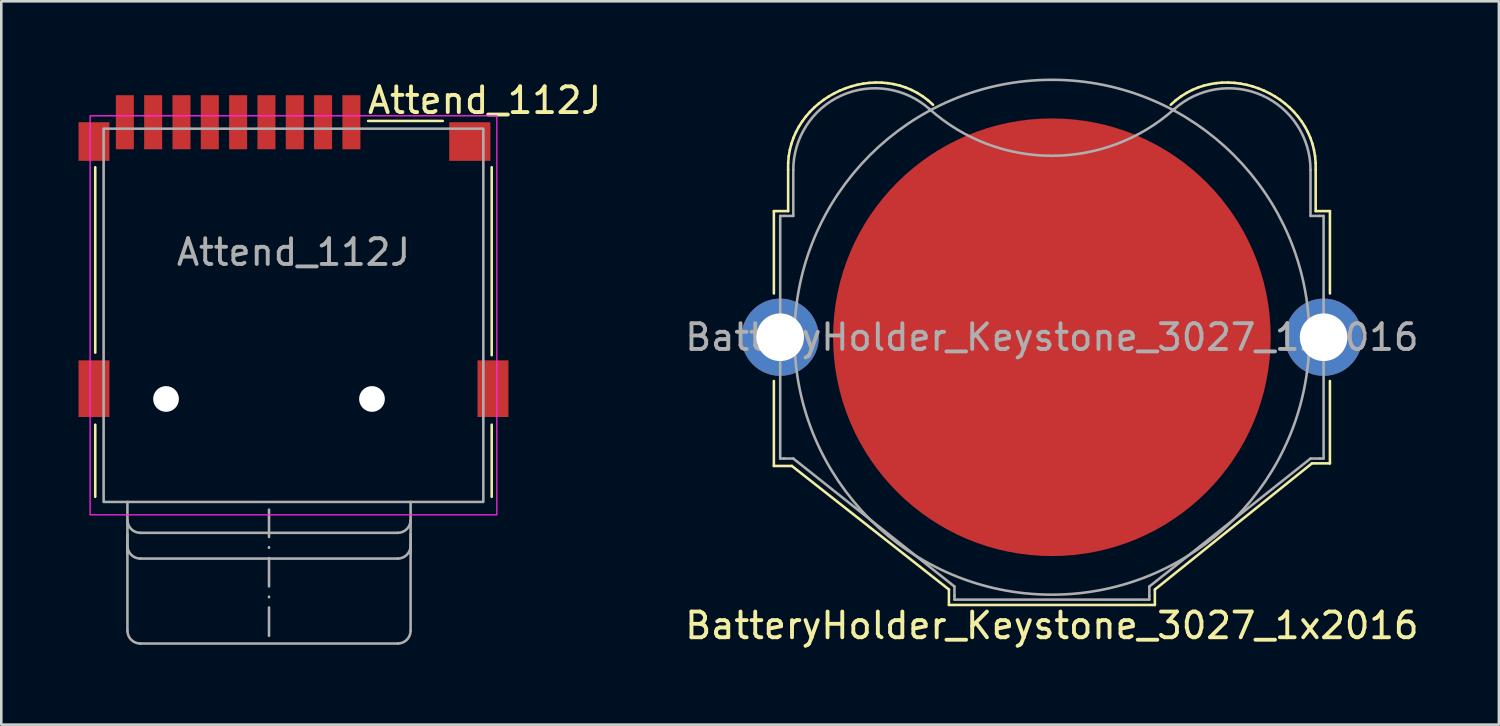
<source format=kicad_pcb>
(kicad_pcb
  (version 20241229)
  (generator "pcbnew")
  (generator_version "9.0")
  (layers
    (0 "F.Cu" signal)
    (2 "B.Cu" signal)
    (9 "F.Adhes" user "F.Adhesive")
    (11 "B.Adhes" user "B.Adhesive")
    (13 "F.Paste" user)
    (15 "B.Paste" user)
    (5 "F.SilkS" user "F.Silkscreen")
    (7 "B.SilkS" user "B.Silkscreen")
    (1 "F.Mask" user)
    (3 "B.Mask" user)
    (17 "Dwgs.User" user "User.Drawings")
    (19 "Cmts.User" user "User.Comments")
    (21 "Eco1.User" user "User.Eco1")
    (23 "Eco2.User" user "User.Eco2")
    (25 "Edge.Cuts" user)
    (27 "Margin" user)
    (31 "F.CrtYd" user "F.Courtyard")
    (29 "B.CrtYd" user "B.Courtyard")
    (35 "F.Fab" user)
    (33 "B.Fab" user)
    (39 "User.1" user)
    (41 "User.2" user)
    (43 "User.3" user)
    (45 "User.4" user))
  (footprint "Attend_112J"
    (layer "F.Cu")
    (at 8.35 6.748)
    (property "Reference" "Attend_112J" (at 2.8 -5.9 0) (unlocked yes) (layer "F.SilkS") (effects (font (size 1 1) (thickness 0.15)) (justify left)))
    (attr smd)
    (fp_line (start -7.7 3.9) (end -7.7 -3.3) (stroke (width 0.1) (type default)) (layer "F.SilkS"))
    (fp_line (start -7.7 6.7) (end -7.7 9.5) (stroke (width 0.1) (type default)) (layer "F.SilkS"))
    (fp_line (start 2.9 -5.1) (end 5.8 -5.1) (stroke (width 0.1) (type default)) (layer "F.SilkS"))
    (fp_line (start 7.7 4) (end 7.7 -3.3) (stroke (width 0.1) (type default)) (layer "F.SilkS"))
    (fp_line (start 7.7 6.7) (end 7.7 9.5) (stroke (width 0.1) (type default)) (layer "F.SilkS"))
    (fp_rect (start -7.9 -5.3) (end 7.9 10.2) (stroke (width 0.05) (type default)) (fill no) (layer "F.CrtYd"))
    (fp_line (start -6.45 9.7) (end -6.45 11.7) (stroke (width 0.1) (type solid)) (layer "F.Fab"))
    (fp_line (start -6.45 10.95) (end -6.45 14.7) (stroke (width 0.1) (type solid)) (layer "F.Fab"))
    (fp_line (start -5.95 11.9) (end 4.05 11.9) (stroke (width 0.1) (type solid)) (layer "F.Fab"))
    (fp_line (start -5.95 15.2) (end 4.05 15.2) (stroke (width 0.1) (type solid)) (layer "F.Fab"))
    (fp_line (start -5.95 10.9) (end 4.05 10.9) (stroke (width 0.1) (type solid)) (layer "F.Fab"))
    (fp_line (start -0.95 14.9) (end -0.95 10) (stroke (width 0.1) (type dash_dot)) (layer "F.Fab"))
    (fp_line (start 4.55 11.7) (end 4.55 9.7) (stroke (width 0.1) (type solid)) (layer "F.Fab"))
    (fp_line (start 4.55 14.7) (end 4.55 10.95) (stroke (width 0.1) (type solid)) (layer "F.Fab"))
    (fp_rect (start -7.375 -4.8) (end 7.375 9.7) (stroke (width 0.1) (type default)) (fill no) (layer "F.Fab"))
    (fp_arc (start -5.95 11.9) (mid -6.303553 11.753553) (end -6.45 11.4) (stroke (width 0.1) (type solid)) (layer "F.Fab"))
    (fp_arc (start -5.95 15.2) (mid -6.303553 15.053553) (end -6.45 14.7) (stroke (width 0.1) (type solid)) (layer "F.Fab"))
    (fp_arc (start -5.949999 10.899999) (mid -6.303552 10.753552) (end -6.449999 10.399999) (stroke (width 0.1) (type solid)) (layer "F.Fab"))
    (fp_arc (start 4.55 11.4) (mid 4.403553 11.753553) (end 4.05 11.9) (stroke (width 0.1) (type solid)) (layer "F.Fab"))
    (fp_arc (start 4.55 14.7) (mid 4.403555 15.053556) (end 4.05 15.2) (stroke (width 0.1) (type solid)) (layer "F.Fab"))
    (fp_arc (start 4.550001 10.399999) (mid 4.403554 10.753552) (end 4.050001 10.899999) (stroke (width 0.1) (type solid)) (layer "F.Fab"))
    (fp_text user "${REFERENCE}" (at 0 0 0) (unlocked yes) (layer "F.Fab") (effects (font (size 1 1) (thickness 0.15))))
    (pad "" np_thru_hole circle (at -4.95 5.7) (size 1 1) (drill 1) (layers "*.Cu" "*.Mask"))
    (pad "" np_thru_hole circle (at 3.05 5.7) (size 1 1) (drill 1) (layers "*.Cu" "*.Mask"))
    (pad "1" smd rect (at 2.25 -5.05) (size 0.7 2.1) (layers "F.Cu" "F.Mask" "F.Paste"))
    (pad "2" smd rect (at 1.15 -5.05) (size 0.7 2.1) (layers "F.Cu" "F.Mask" "F.Paste"))
    (pad "3" smd rect (at 0.05 -5.05) (size 0.7 2.1) (layers "F.Cu" "F.Mask" "F.Paste"))
    (pad "4" smd rect (at -1.05 -5.05) (size 0.7 2.1) (layers "F.Cu" "F.Mask" "F.Paste"))
    (pad "5" smd rect (at -2.15 -5.05) (size 0.7 2.1) (layers "F.Cu" "F.Mask" "F.Paste"))
    (pad "6" smd rect (at -3.25 -5.05) (size 0.7 2.1) (layers "F.Cu" "F.Mask" "F.Paste"))
    (pad "7" smd rect (at -4.35 -5.05) (size 0.7 2.1) (layers "F.Cu" "F.Mask" "F.Paste"))
    (pad "8" smd rect (at -5.45 -5.05) (size 0.7 2.1) (layers "F.Cu" "F.Mask" "F.Paste"))
    (pad "9" smd rect (at -6.55 -5.05) (size 0.7 2.1) (layers "F.Cu" "F.Mask" "F.Paste"))
    (pad "10" smd rect (at -7.75 -4.3) (size 1.2 1.5) (layers "F.Cu" "F.Mask" "F.Paste"))
    (pad "10" smd rect (at -7.75 5.3) (size 1.2 2.2) (layers "F.Cu" "F.Mask" "F.Paste"))
    (pad "10" smd rect (at 6.85 -4.3) (size 1.6 1.5) (layers "F.Cu" "F.Mask" "F.Paste"))
    (pad "10" smd rect (at 7.75 5.3) (size 1.2 2.2) (layers "F.Cu" "F.Mask" "F.Paste"))
    (zone (net_name "") (layers "F.Cu" "B.Cu") (name "pins") (hatch edge 0.5) (connect_pads) (min_thickness 0.25) (filled_areas_thickness no) (keepout (tracks not_allowed) (vias not_allowed) (pads not_allowed) (copperpour not_allowed) (footprints not_allowed)) (placement (enabled no)) (fill) (polygon (pts (xy 2.4 5.948) (xy 2.4 7.948) (xy 11.4 7.948) (xy 11.4 5.948)))))
  (footprint "BatteryHolder_Keystone_3027_1x2016"
    (layer "F.Cu")
    (at 37.811 10.05)
    (property "Reference" "BatteryHolder_Keystone_3027_1x2016" (at 0 11.2 0) (unlocked yes) (layer "F.SilkS") (effects (font (size 1 1) (thickness 0.15))))
    (attr through_hole)
    (fp_line (start -10.8 -4.9) (end -10.8 -1.7) (stroke (width 0.1) (type default)) (layer "F.SilkS"))
    (fp_line (start -10.8 5) (end -10.8 1.7) (stroke (width 0.1) (type default)) (layer "F.SilkS"))
    (fp_line (start -10.246 -6.511) (end -10.246 -4.9) (stroke (width 0.1) (type default)) (layer "F.SilkS"))
    (fp_line (start -10.246 -4.9) (end -10.8 -4.9) (stroke (width 0.1) (type default)) (layer "F.SilkS"))
    (fp_line (start -10.245 -6.774) (end -10.246 -6.511) (stroke (width 0.1) (type solid)) (layer "F.SilkS"))
    (fp_line (start -10.223 -7.03) (end -10.245 -6.774) (stroke (width 0.1) (type solid)) (layer "F.SilkS"))
    (fp_line (start -10.18 -7.278) (end -10.223 -7.03) (stroke (width 0.1) (type solid)) (layer "F.SilkS"))
    (fp_line (start -10.118 -7.517) (end -10.18 -7.278) (stroke (width 0.1) (type solid)) (layer "F.SilkS"))
    (fp_line (start -10.1 5) (end -10.8 5) (stroke (width 0.1) (type default)) (layer "F.SilkS"))
    (fp_line (start -10.038 -7.748) (end -10.118 -7.517) (stroke (width 0.1) (type solid)) (layer "F.SilkS"))
    (fp_line (start -9.941 -7.97) (end -10.038 -7.748) (stroke (width 0.1) (type solid)) (layer "F.SilkS"))
    (fp_line (start -9.828 -8.181) (end -9.941 -7.97) (stroke (width 0.1) (type solid)) (layer "F.SilkS"))
    (fp_line (start -9.699 -8.383) (end -9.828 -8.181) (stroke (width 0.1) (type solid)) (layer "F.SilkS"))
    (fp_line (start -9.556 -8.574) (end -9.699 -8.383) (stroke (width 0.1) (type solid)) (layer "F.SilkS"))
    (fp_line (start -9.4 -8.754) (end -9.556 -8.574) (stroke (width 0.1) (type solid)) (layer "F.SilkS"))
    (fp_line (start -9.232 -8.923) (end -9.4 -8.754) (stroke (width 0.1) (type solid)) (layer "F.SilkS"))
    (fp_line (start -9.052 -9.08) (end -9.232 -8.923) (stroke (width 0.1) (type solid)) (layer "F.SilkS"))
    (fp_line (start -8.862 -9.224) (end -9.052 -9.08) (stroke (width 0.1) (type solid)) (layer "F.SilkS"))
    (fp_line (start -8.663 -9.356) (end -8.862 -9.224) (stroke (width 0.1) (type solid)) (layer "F.SilkS"))
    (fp_line (start -8.455 -9.474) (end -8.663 -9.356) (stroke (width 0.1) (type solid)) (layer "F.SilkS"))
    (fp_line (start -8.24 -9.579) (end -8.455 -9.474) (stroke (width 0.1) (type solid)) (layer "F.SilkS"))
    (fp_line (start -8.019 -9.669) (end -8.24 -9.579) (stroke (width 0.1) (type solid)) (layer "F.SilkS"))
    (fp_line (start -7.792 -9.745) (end -8.019 -9.669) (stroke (width 0.1) (type solid)) (layer "F.SilkS"))
    (fp_line (start -7.561 -9.806) (end -7.792 -9.745) (stroke (width 0.1) (type solid)) (layer "F.SilkS"))
    (fp_line (start -7.327 -9.852) (end -7.561 -9.806) (stroke (width 0.1) (type solid)) (layer "F.SilkS"))
    (fp_line (start -7.09 -9.881) (end -7.327 -9.852) (stroke (width 0.1) (type solid)) (layer "F.SilkS"))
    (fp_line (start -6.852 -9.895) (end -7.09 -9.881) (stroke (width 0.1) (type solid)) (layer "F.SilkS"))
    (fp_line (start -6.614 -9.891) (end -6.852 -9.895) (stroke (width 0.1) (type solid)) (layer "F.SilkS"))
    (fp_line (start -6.376 -9.87) (end -6.614 -9.891) (stroke (width 0.1) (type solid)) (layer "F.SilkS"))
    (fp_line (start -6.14 -9.832) (end -6.376 -9.87) (stroke (width 0.1) (type solid)) (layer "F.SilkS"))
    (fp_line (start -5.907 -9.775) (end -6.14 -9.832) (stroke (width 0.1) (type solid)) (layer "F.SilkS"))
    (fp_line (start -5.677 -9.7) (end -5.907 -9.775) (stroke (width 0.1) (type solid)) (layer "F.SilkS"))
    (fp_line (start -5.452 -9.606) (end -5.677 -9.7) (stroke (width 0.1) (type solid)) (layer "F.SilkS"))
    (fp_line (start -5.232 -9.492) (end -5.452 -9.606) (stroke (width 0.1) (type solid)) (layer "F.SilkS"))
    (fp_line (start -5.019 -9.359) (end -5.232 -9.492) (stroke (width 0.1) (type solid)) (layer "F.SilkS"))
    (fp_line (start -4.814 -9.205) (end -5.019 -9.359) (stroke (width 0.1) (type solid)) (layer "F.SilkS"))
    (fp_line (start -4.617 -9.03) (end -4.814 -9.205) (stroke (width 0.1) (type solid)) (layer "F.SilkS"))
    (fp_line (start -4 9.8) (end -10.1 5) (stroke (width 0.1) (type default)) (layer "F.SilkS"))
    (fp_line (start -4 10.4) (end -4 9.8) (stroke (width 0.1) (type default)) (layer "F.SilkS"))
    (fp_line (start 4 9.8) (end 4 10.4) (stroke (width 0.1) (type default)) (layer "F.SilkS"))
    (fp_line (start 4 10.4) (end -4 10.4) (stroke (width 0.1) (type default)) (layer "F.SilkS"))
    (fp_line (start 4.814 -9.205) (end 4.617 -9.03) (stroke (width 0.1) (type solid)) (layer "F.SilkS"))
    (fp_line (start 5.02 -9.359) (end 4.814 -9.205) (stroke (width 0.1) (type solid)) (layer "F.SilkS"))
    (fp_line (start 5.233 -9.492) (end 5.02 -9.359) (stroke (width 0.1) (type solid)) (layer "F.SilkS"))
    (fp_line (start 5.452 -9.606) (end 5.233 -9.492) (stroke (width 0.1) (type solid)) (layer "F.SilkS"))
    (fp_line (start 5.678 -9.7) (end 5.452 -9.606) (stroke (width 0.1) (type solid)) (layer "F.SilkS"))
    (fp_line (start 5.908 -9.775) (end 5.678 -9.7) (stroke (width 0.1) (type solid)) (layer "F.SilkS"))
    (fp_line (start 6.141 -9.831) (end 5.908 -9.775) (stroke (width 0.1) (type solid)) (layer "F.SilkS"))
    (fp_line (start 6.377 -9.87) (end 6.141 -9.831) (stroke (width 0.1) (type solid)) (layer "F.SilkS"))
    (fp_line (start 6.615 -9.891) (end 6.377 -9.87) (stroke (width 0.1) (type solid)) (layer "F.SilkS"))
    (fp_line (start 6.853 -9.894) (end 6.615 -9.891) (stroke (width 0.1) (type solid)) (layer "F.SilkS"))
    (fp_line (start 7.091 -9.881) (end 6.853 -9.894) (stroke (width 0.1) (type solid)) (layer "F.SilkS"))
    (fp_line (start 7.328 -9.851) (end 7.091 -9.881) (stroke (width 0.1) (type solid)) (layer "F.SilkS"))
    (fp_line (start 7.562 -9.806) (end 7.328 -9.851) (stroke (width 0.1) (type solid)) (layer "F.SilkS"))
    (fp_line (start 7.793 -9.745) (end 7.562 -9.806) (stroke (width 0.1) (type solid)) (layer "F.SilkS"))
    (fp_line (start 8.02 -9.669) (end 7.793 -9.745) (stroke (width 0.1) (type solid)) (layer "F.SilkS"))
    (fp_line (start 8.241 -9.578) (end 8.02 -9.669) (stroke (width 0.1) (type solid)) (layer "F.SilkS"))
    (fp_line (start 8.456 -9.474) (end 8.241 -9.578) (stroke (width 0.1) (type solid)) (layer "F.SilkS"))
    (fp_line (start 8.664 -9.355) (end 8.456 -9.474) (stroke (width 0.1) (type solid)) (layer "F.SilkS"))
    (fp_line (start 8.863 -9.224) (end 8.664 -9.355) (stroke (width 0.1) (type solid)) (layer "F.SilkS"))
    (fp_line (start 9.053 -9.079) (end 8.863 -9.224) (stroke (width 0.1) (type solid)) (layer "F.SilkS"))
    (fp_line (start 9.233 -8.923) (end 9.053 -9.079) (stroke (width 0.1) (type solid)) (layer "F.SilkS"))
    (fp_line (start 9.401 -8.754) (end 9.233 -8.923) (stroke (width 0.1) (type solid)) (layer "F.SilkS"))
    (fp_line (start 9.557 -8.574) (end 9.401 -8.754) (stroke (width 0.1) (type solid)) (layer "F.SilkS"))
    (fp_line (start 9.7 -8.383) (end 9.557 -8.574) (stroke (width 0.1) (type solid)) (layer "F.SilkS"))
    (fp_line (start 9.829 -8.181) (end 9.7 -8.383) (stroke (width 0.1) (type solid)) (layer "F.SilkS"))
    (fp_line (start 9.942 -7.969) (end 9.829 -8.181) (stroke (width 0.1) (type solid)) (layer "F.SilkS"))
    (fp_line (start 10.039 -7.748) (end 9.942 -7.969) (stroke (width 0.1) (type solid)) (layer "F.SilkS"))
    (fp_line (start 10.1 4.9) (end 4 9.8) (stroke (width 0.1) (type default)) (layer "F.SilkS"))
    (fp_line (start 10.119 -7.517) (end 10.039 -7.748) (stroke (width 0.1) (type solid)) (layer "F.SilkS"))
    (fp_line (start 10.18 -7.278) (end 10.119 -7.517) (stroke (width 0.1) (type solid)) (layer "F.SilkS"))
    (fp_line (start 10.223 -7.03) (end 10.18 -7.278) (stroke (width 0.1) (type solid)) (layer "F.SilkS"))
    (fp_line (start 10.245 -6.774) (end 10.223 -7.03) (stroke (width 0.1) (type solid)) (layer "F.SilkS"))
    (fp_line (start 10.246 -6.511) (end 10.245 -6.774) (stroke (width 0.1) (type solid)) (layer "F.SilkS"))
    (fp_line (start 10.246 -6.511) (end 10.246 -4.9) (stroke (width 0.1) (type default)) (layer "F.SilkS"))
    (fp_line (start 10.246 -4.9) (end 10.8 -4.9) (stroke (width 0.1) (type default)) (layer "F.SilkS"))
    (fp_line (start 10.8 -4.9) (end 10.8 -1.7) (stroke (width 0.1) (type default)) (layer "F.SilkS"))
    (fp_line (start 10.8 1.7) (end 10.8 4.9) (stroke (width 0.1) (type default)) (layer "F.SilkS"))
    (fp_line (start 10.8 4.9) (end 10.1 4.9) (stroke (width 0.1) (type default)) (layer "F.SilkS"))
    (fp_line (start -10.554 -4.712) (end -10.554 4.712) (stroke (width 0.1) (type default)) (layer "F.Fab"))
    (fp_line (start -10.046 -6.495) (end -10.046 -4.712) (stroke (width 0.1) (type default)) (layer "F.Fab"))
    (fp_line (start -10.046 4.712) (end -3.785 9.684) (stroke (width 0.1) (type default)) (layer "F.Fab"))
    (fp_line (start -4.756 -8.863) (end -4.755 -8.864) (stroke (width 0.1) (type default)) (layer "F.Fab"))
    (fp_line (start 3.785 9.684) (end 10.046 4.712) (stroke (width 0.1) (type default)) (layer "F.Fab"))
    (fp_line (start 3.785 10.192) (end -3.785 10.192) (stroke (width 0.1) (type default)) (layer "F.Fab"))
    (fp_line (start 4.755 -8.864) (end 4.756 -8.863) (stroke (width 0.1) (type default)) (layer "F.Fab"))
    (fp_line (start 10.046 -4.712) (end 10.046 -6.495) (stroke (width 0.1) (type default)) (layer "F.Fab"))
    (fp_line (start 10.554 4.712) (end 10.554 -4.712) (stroke (width 0.1) (type default)) (layer "F.Fab"))
    (fp_arc (start -10.046 -6.4955) (mid -8.167985 -9.393509) (end -4.755635 -8.863169) (stroke (width 0.1) (type default)) (layer "F.Fab"))
    (fp_arc (start 4.75534 -8.86398) (mid -0.000012 -7.0491) (end -4.755358 -8.863996) (stroke (width 0.1) (type default)) (layer "F.Fab"))
    (fp_arc (start 4.755627 -8.863162) (mid 8.16798 -9.393511) (end 10.046 -6.4955) (stroke (width 0.1) (type default)) (layer "F.Fab"))
    (fp_circle (center 0 0) (end 10 0) (stroke (width 0.1) (type default)) (fill no) (layer "F.Fab"))
    (fp_curve (pts (xy -10.554 -4.712) (xy -10.553 -4.712) (xy -10.499 -4.712) (xy -10.405 -4.712)) (stroke (width 0.1) (type default)) (layer "F.Fab"))
    (fp_curve (pts (xy -10.405 -4.712) (xy -10.31 -4.712) (xy -10.179 -4.712) (xy -10.046 -4.712)) (stroke (width 0.1) (type default)) (layer "F.Fab"))
    (fp_curve (pts (xy -10.405 4.712) (xy -10.499 4.712) (xy -10.553 4.712) (xy -10.554 4.712)) (stroke (width 0.1) (type default)) (layer "F.Fab"))
    (fp_curve (pts (xy -10.046 4.712) (xy -10.179 4.712) (xy -10.31 4.712) (xy -10.405 4.712)) (stroke (width 0.1) (type default)) (layer "F.Fab"))
    (fp_curve (pts (xy -3.785 10.043) (xy -3.785 9.948) (xy -3.785 9.817) (xy -3.785 9.684)) (stroke (width 0.1) (type default)) (layer "F.Fab"))
    (fp_curve (pts (xy -3.785 10.192) (xy -3.785 10.191) (xy -3.785 10.137) (xy -3.785 10.043)) (stroke (width 0.1) (type default)) (layer "F.Fab"))
    (fp_curve (pts (xy 3.785 9.684) (xy 3.785 9.817) (xy 3.785 9.948) (xy 3.785 10.043)) (stroke (width 0.1) (type default)) (layer "F.Fab"))
    (fp_curve (pts (xy 3.785 10.043) (xy 3.785 10.137) (xy 3.785 10.191) (xy 3.785 10.192)) (stroke (width 0.1) (type default)) (layer "F.Fab"))
    (fp_curve (pts (xy 10.046 -4.712) (xy 10.179 -4.712) (xy 10.31 -4.712) (xy 10.405 -4.712)) (stroke (width 0.1) (type default)) (layer "F.Fab"))
    (fp_curve (pts (xy 10.405 -4.712) (xy 10.499 -4.712) (xy 10.553 -4.712) (xy 10.554 -4.712)) (stroke (width 0.1) (type default)) (layer "F.Fab"))
    (fp_curve (pts (xy 10.405 4.712) (xy 10.31 4.712) (xy 10.179 4.712) (xy 10.046 4.712)) (stroke (width 0.1) (type default)) (layer "F.Fab"))
    (fp_curve (pts (xy 10.554 4.712) (xy 10.553 4.712) (xy 10.499 4.712) (xy 10.405 4.712)) (stroke (width 0.1) (type default)) (layer "F.Fab"))
    (fp_text user "${REFERENCE}" (at 0 0 0) (unlocked yes) (layer "F.Fab") (effects (font (size 1 1) (thickness 0.15))))
    (pad "1" thru_hole circle (at -10.555 0) (size 3 3) (drill 1.85) (layers "*.Cu" "*.Mask"))
    (pad "1" thru_hole circle (at 10.555 0) (size 3 3) (drill 1.85) (layers "*.Cu" "*.Mask"))
    (pad "2" smd circle (at 0 0) (size 17 17) (layers "F.Cu" "F.Mask")))
  (gr_rect
    (start -3 -3)
    (end 55.174 25.098)
    (stroke (width 0.1) (type default))
    (fill no)
    (layer "Edge.Cuts")))
</source>
